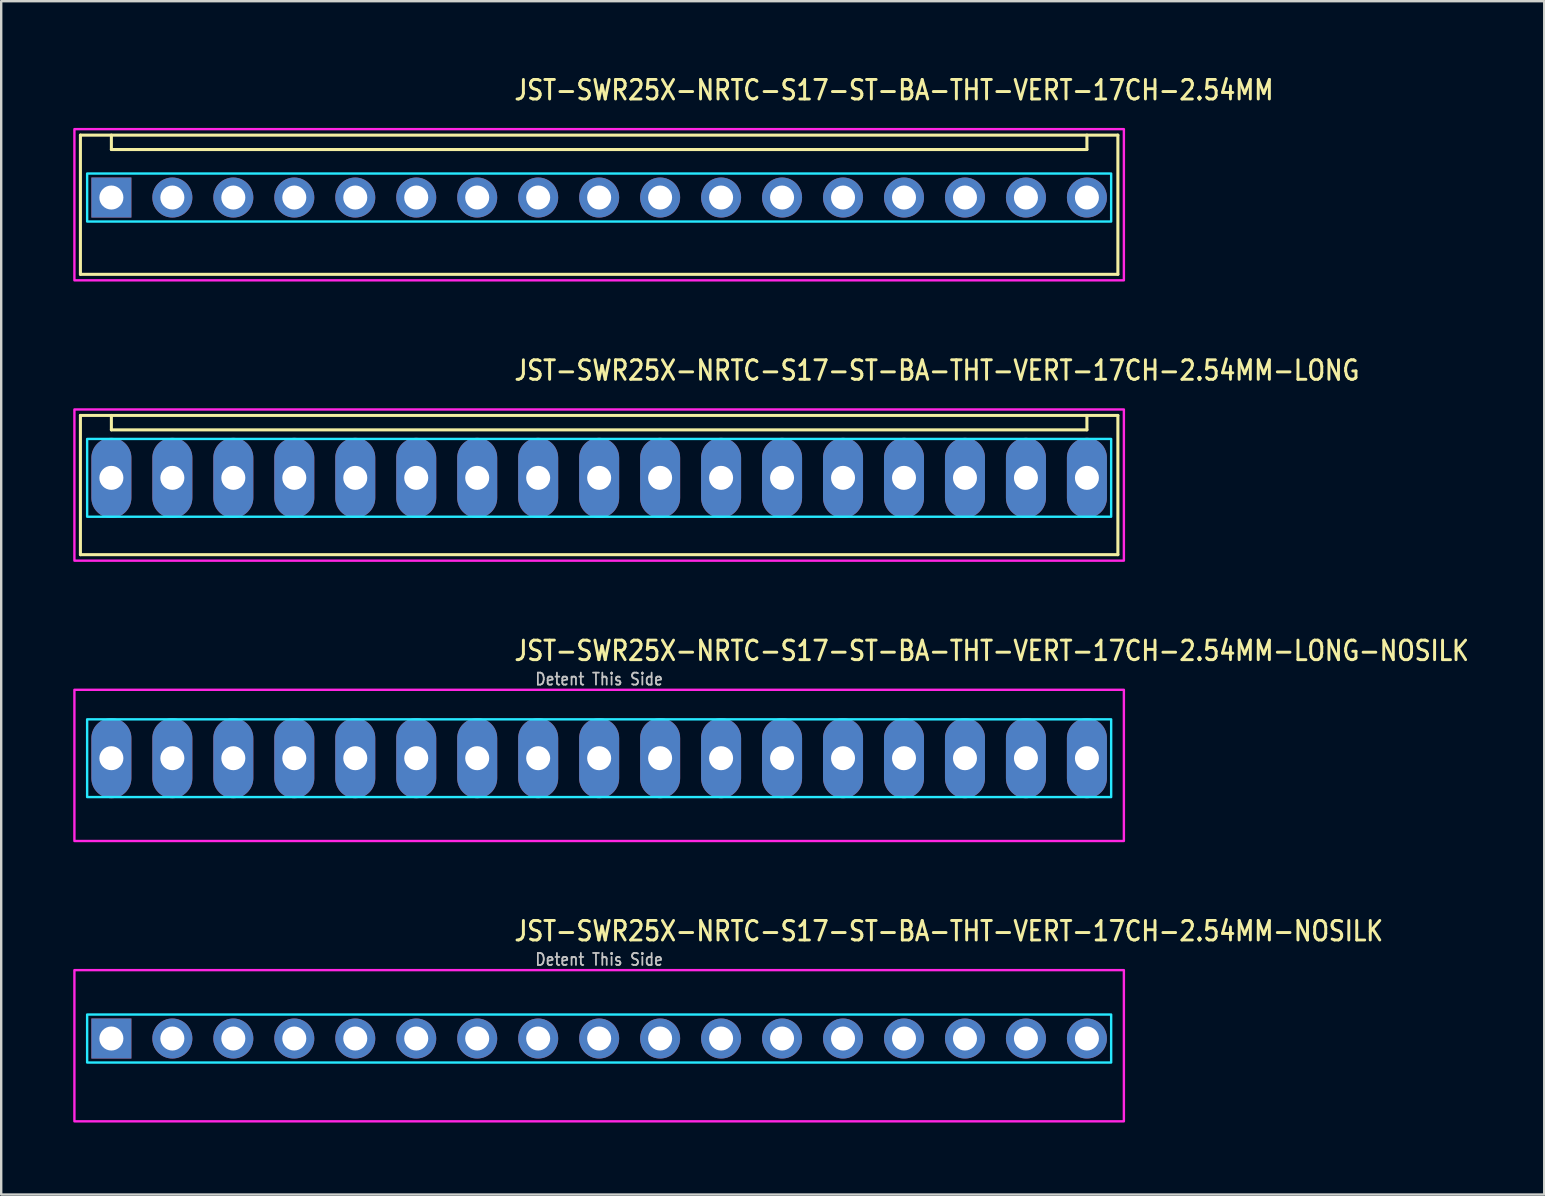
<source format=kicad_pcb>
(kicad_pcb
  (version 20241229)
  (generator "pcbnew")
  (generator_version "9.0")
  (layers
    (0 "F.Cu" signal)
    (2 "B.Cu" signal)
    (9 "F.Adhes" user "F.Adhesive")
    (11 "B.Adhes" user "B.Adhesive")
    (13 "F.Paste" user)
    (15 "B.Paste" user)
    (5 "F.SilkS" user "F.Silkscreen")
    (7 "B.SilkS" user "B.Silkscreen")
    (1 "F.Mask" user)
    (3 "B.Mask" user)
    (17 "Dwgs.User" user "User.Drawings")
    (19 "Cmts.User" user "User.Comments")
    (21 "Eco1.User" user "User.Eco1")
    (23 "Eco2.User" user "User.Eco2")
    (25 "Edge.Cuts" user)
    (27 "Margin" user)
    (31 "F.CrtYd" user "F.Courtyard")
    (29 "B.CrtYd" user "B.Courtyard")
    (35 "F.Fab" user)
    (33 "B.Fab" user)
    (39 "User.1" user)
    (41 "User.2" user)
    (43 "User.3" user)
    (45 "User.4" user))
  (footprint "JST-SWR25X-NRTC-S17-ST-BA-THT-VERT-17CH-2.54MM-LONG-NOSILK"
    (layer "F.Cu")
    (at 21.91 28.536)
    (property "Reference" "JST-SWR25X-NRTC-S17-ST-BA-THT-VERT-17CH-2.54MM-LONG-NOSILK" (at -3.6 -4 0) (unlocked yes) (layer "F.SilkS") (effects (font (size 0.813 0.695) (thickness 0.122)) (justify left bottom)))
    (fp_poly (pts (xy -21.33 -1.62) (xy -21.33 1.62) (xy 21.33 1.62) (xy 21.33 -1.62)) (stroke (width 0.1) (type solid)) (fill no) (layer "B.CrtYd"))
    (fp_poly (pts (xy -21.86 -2.85) (xy -21.86 3.45) (xy 21.86 3.45) (xy 21.86 -2.85)) (stroke (width 0.1) (type solid)) (fill no) (layer "F.CrtYd"))
    (fp_text user "Detent This Side" (at 0 -3 0) (unlocked yes) (layer "Dwgs.User") (effects (font (size 0.5 0.427) (thickness 0.075)) (justify bottom)))
    (pad "1" thru_hole oval (at -20.32 0 90) (size 3.333 1.667) (drill 1) (layers "*.Cu" "*.Mask"))
    (pad "2" thru_hole oval (at -17.78 0 90) (size 3.333 1.667) (drill 1) (layers "*.Cu" "*.Mask"))
    (pad "3" thru_hole oval (at -15.24 0 90) (size 3.333 1.667) (drill 1) (layers "*.Cu" "*.Mask"))
    (pad "4" thru_hole oval (at -12.7 0 90) (size 3.333 1.667) (drill 1) (layers "*.Cu" "*.Mask"))
    (pad "5" thru_hole oval (at -10.16 0 90) (size 3.333 1.667) (drill 1) (layers "*.Cu" "*.Mask"))
    (pad "6" thru_hole oval (at -7.62 0 90) (size 3.333 1.667) (drill 1) (layers "*.Cu" "*.Mask"))
    (pad "7" thru_hole oval (at -5.08 0 90) (size 3.333 1.667) (drill 1) (layers "*.Cu" "*.Mask"))
    (pad "8" thru_hole oval (at -2.54 0 90) (size 3.333 1.667) (drill 1) (layers "*.Cu" "*.Mask"))
    (pad "9" thru_hole oval (at 0 0 90) (size 3.333 1.667) (drill 1) (layers "*.Cu" "*.Mask"))
    (pad "10" thru_hole oval (at 2.54 0 90) (size 3.333 1.667) (drill 1) (layers "*.Cu" "*.Mask"))
    (pad "11" thru_hole oval (at 5.08 0 90) (size 3.333 1.667) (drill 1) (layers "*.Cu" "*.Mask"))
    (pad "12" thru_hole oval (at 7.62 0 90) (size 3.333 1.667) (drill 1) (layers "*.Cu" "*.Mask"))
    (pad "13" thru_hole oval (at 10.16 0 90) (size 3.333 1.667) (drill 1) (layers "*.Cu" "*.Mask"))
    (pad "14" thru_hole oval (at 12.7 0 90) (size 3.333 1.667) (drill 1) (layers "*.Cu" "*.Mask"))
    (pad "15" thru_hole oval (at 15.24 0 90) (size 3.333 1.667) (drill 1) (layers "*.Cu" "*.Mask"))
    (pad "16" thru_hole oval (at 17.78 0 90) (size 3.333 1.667) (drill 1) (layers "*.Cu" "*.Mask"))
    (pad "17" thru_hole oval (at 20.32 0 90) (size 3.333 1.667) (drill 1) (layers "*.Cu" "*.Mask")))
  (footprint "JST-SWR25X-NRTC-S17-ST-BA-THT-VERT-17CH-2.54MM-LONG"
    (layer "F.Cu")
    (at 21.91 16.857)
    (property "Reference" "JST-SWR25X-NRTC-S17-ST-BA-THT-VERT-17CH-2.54MM-LONG" (at -3.6 -4 0) (unlocked yes) (layer "F.SilkS") (effects (font (size 0.813 0.695) (thickness 0.122)) (justify left bottom)))
    (fp_line (start -21.61 -2.6) (end 21.61 -2.6) (stroke (width 0.127) (type solid)) (layer "F.SilkS"))
    (fp_line (start -21.61 3.2) (end -21.61 -2.6) (stroke (width 0.127) (type solid)) (layer "F.SilkS"))
    (fp_line (start -21.61 3.2) (end 21.61 3.2) (stroke (width 0.127) (type solid)) (layer "F.SilkS"))
    (fp_line (start -20.32 -2.6) (end -20.32 -2) (stroke (width 0.127) (type solid)) (layer "F.SilkS"))
    (fp_line (start -20.32 -2) (end 20.32 -2) (stroke (width 0.127) (type solid)) (layer "F.SilkS"))
    (fp_line (start 20.32 -2.6) (end 20.32 -2) (stroke (width 0.127) (type solid)) (layer "F.SilkS"))
    (fp_line (start 21.61 -2.6) (end 21.61 3.2) (stroke (width 0.127) (type solid)) (layer "F.SilkS"))
    (fp_poly (pts (xy -21.33 -1.62) (xy -21.33 1.62) (xy 21.33 1.62) (xy 21.33 -1.62)) (stroke (width 0.1) (type solid)) (fill no) (layer "B.CrtYd"))
    (fp_poly (pts (xy -21.86 -2.85) (xy -21.86 3.45) (xy 21.86 3.45) (xy 21.86 -2.85)) (stroke (width 0.1) (type solid)) (fill no) (layer "F.CrtYd"))
    (pad "1" thru_hole oval (at -20.32 0 90) (size 3.333 1.667) (drill 1) (layers "*.Cu" "*.Mask"))
    (pad "2" thru_hole oval (at -17.78 0 90) (size 3.333 1.667) (drill 1) (layers "*.Cu" "*.Mask"))
    (pad "3" thru_hole oval (at -15.24 0 90) (size 3.333 1.667) (drill 1) (layers "*.Cu" "*.Mask"))
    (pad "4" thru_hole oval (at -12.7 0 90) (size 3.333 1.667) (drill 1) (layers "*.Cu" "*.Mask"))
    (pad "5" thru_hole oval (at -10.16 0 90) (size 3.333 1.667) (drill 1) (layers "*.Cu" "*.Mask"))
    (pad "6" thru_hole oval (at -7.62 0 90) (size 3.333 1.667) (drill 1) (layers "*.Cu" "*.Mask"))
    (pad "7" thru_hole oval (at -5.08 0 90) (size 3.333 1.667) (drill 1) (layers "*.Cu" "*.Mask"))
    (pad "8" thru_hole oval (at -2.54 0 90) (size 3.333 1.667) (drill 1) (layers "*.Cu" "*.Mask"))
    (pad "9" thru_hole oval (at 0 0 90) (size 3.333 1.667) (drill 1) (layers "*.Cu" "*.Mask"))
    (pad "10" thru_hole oval (at 2.54 0 90) (size 3.333 1.667) (drill 1) (layers "*.Cu" "*.Mask"))
    (pad "11" thru_hole oval (at 5.08 0 90) (size 3.333 1.667) (drill 1) (layers "*.Cu" "*.Mask"))
    (pad "12" thru_hole oval (at 7.62 0 90) (size 3.333 1.667) (drill 1) (layers "*.Cu" "*.Mask"))
    (pad "13" thru_hole oval (at 10.16 0 90) (size 3.333 1.667) (drill 1) (layers "*.Cu" "*.Mask"))
    (pad "14" thru_hole oval (at 12.7 0 90) (size 3.333 1.667) (drill 1) (layers "*.Cu" "*.Mask"))
    (pad "15" thru_hole oval (at 15.24 0 90) (size 3.333 1.667) (drill 1) (layers "*.Cu" "*.Mask"))
    (pad "16" thru_hole oval (at 17.78 0 90) (size 3.333 1.667) (drill 1) (layers "*.Cu" "*.Mask"))
    (pad "17" thru_hole oval (at 20.32 0 90) (size 3.333 1.667) (drill 1) (layers "*.Cu" "*.Mask")))
  (footprint "JST-SWR25X-NRTC-S17-ST-BA-THT-VERT-17CH-2.54MM-NOSILK"
    (layer "F.Cu")
    (at 21.91 40.214)
    (property "Reference" "JST-SWR25X-NRTC-S17-ST-BA-THT-VERT-17CH-2.54MM-NOSILK" (at -3.6 -4 0) (unlocked yes) (layer "F.SilkS") (effects (font (size 0.813 0.695) (thickness 0.122)) (justify left bottom)))
    (fp_poly (pts (xy -21.33 -1) (xy -21.33 1) (xy 21.33 1) (xy 21.33 -1)) (stroke (width 0.1) (type solid)) (fill no) (layer "B.CrtYd"))
    (fp_poly (pts (xy -21.86 -2.85) (xy -21.86 3.45) (xy 21.86 3.45) (xy 21.86 -2.85)) (stroke (width 0.1) (type solid)) (fill no) (layer "F.CrtYd"))
    (fp_text user "Detent This Side" (at 0 -3 0) (unlocked yes) (layer "Dwgs.User") (effects (font (size 0.5 0.427) (thickness 0.075)) (justify bottom)))
    (pad "1" thru_hole rect (at -20.32 0) (size 1.667 1.667) (drill 1) (layers "*.Cu" "*.Mask"))
    (pad "2" thru_hole oval (at -17.78 0) (size 1.667 1.667) (drill 1) (layers "*.Cu" "*.Mask"))
    (pad "3" thru_hole oval (at -15.24 0) (size 1.667 1.667) (drill 1) (layers "*.Cu" "*.Mask"))
    (pad "4" thru_hole oval (at -12.7 0) (size 1.667 1.667) (drill 1) (layers "*.Cu" "*.Mask"))
    (pad "5" thru_hole oval (at -10.16 0) (size 1.667 1.667) (drill 1) (layers "*.Cu" "*.Mask"))
    (pad "6" thru_hole oval (at -7.62 0) (size 1.667 1.667) (drill 1) (layers "*.Cu" "*.Mask"))
    (pad "7" thru_hole oval (at -5.08 0) (size 1.667 1.667) (drill 1) (layers "*.Cu" "*.Mask"))
    (pad "8" thru_hole oval (at -2.54 0) (size 1.667 1.667) (drill 1) (layers "*.Cu" "*.Mask"))
    (pad "9" thru_hole oval (at 0 0) (size 1.667 1.667) (drill 1) (layers "*.Cu" "*.Mask"))
    (pad "10" thru_hole oval (at 2.54 0) (size 1.667 1.667) (drill 1) (layers "*.Cu" "*.Mask"))
    (pad "11" thru_hole oval (at 5.08 0) (size 1.667 1.667) (drill 1) (layers "*.Cu" "*.Mask"))
    (pad "12" thru_hole oval (at 7.62 0) (size 1.667 1.667) (drill 1) (layers "*.Cu" "*.Mask"))
    (pad "13" thru_hole oval (at 10.16 0) (size 1.667 1.667) (drill 1) (layers "*.Cu" "*.Mask"))
    (pad "14" thru_hole oval (at 12.7 0) (size 1.667 1.667) (drill 1) (layers "*.Cu" "*.Mask"))
    (pad "15" thru_hole oval (at 15.24 0) (size 1.667 1.667) (drill 1) (layers "*.Cu" "*.Mask"))
    (pad "16" thru_hole oval (at 17.78 0) (size 1.667 1.667) (drill 1) (layers "*.Cu" "*.Mask"))
    (pad "17" thru_hole oval (at 20.32 0) (size 1.667 1.667) (drill 1) (layers "*.Cu" "*.Mask")))
  (footprint "JST-SWR25X-NRTC-S17-ST-BA-THT-VERT-17CH-2.54MM"
    (layer "F.Cu")
    (at 21.91 5.179)
    (property "Reference" "JST-SWR25X-NRTC-S17-ST-BA-THT-VERT-17CH-2.54MM" (at -3.6 -4 0) (unlocked yes) (layer "F.SilkS") (effects (font (size 0.813 0.695) (thickness 0.122)) (justify left bottom)))
    (fp_line (start -21.61 -2.6) (end 21.61 -2.6) (stroke (width 0.127) (type solid)) (layer "F.SilkS"))
    (fp_line (start -21.61 3.2) (end -21.61 -2.6) (stroke (width 0.127) (type solid)) (layer "F.SilkS"))
    (fp_line (start -21.61 3.2) (end 21.61 3.2) (stroke (width 0.127) (type solid)) (layer "F.SilkS"))
    (fp_line (start -20.32 -2.6) (end -20.32 -2) (stroke (width 0.127) (type solid)) (layer "F.SilkS"))
    (fp_line (start -20.32 -2) (end 20.32 -2) (stroke (width 0.127) (type solid)) (layer "F.SilkS"))
    (fp_line (start 20.32 -2.6) (end 20.32 -2) (stroke (width 0.127) (type solid)) (layer "F.SilkS"))
    (fp_line (start 21.61 -2.6) (end 21.61 3.2) (stroke (width 0.127) (type solid)) (layer "F.SilkS"))
    (fp_poly (pts (xy -21.33 -1) (xy -21.33 1) (xy 21.33 1) (xy 21.33 -1)) (stroke (width 0.1) (type solid)) (fill no) (layer "B.CrtYd"))
    (fp_poly (pts (xy -21.86 -2.85) (xy -21.86 3.45) (xy 21.86 3.45) (xy 21.86 -2.85)) (stroke (width 0.1) (type solid)) (fill no) (layer "F.CrtYd"))
    (pad "1" thru_hole rect (at -20.32 0) (size 1.667 1.667) (drill 1) (layers "*.Cu" "*.Mask"))
    (pad "2" thru_hole oval (at -17.78 0) (size 1.667 1.667) (drill 1) (layers "*.Cu" "*.Mask"))
    (pad "3" thru_hole oval (at -15.24 0) (size 1.667 1.667) (drill 1) (layers "*.Cu" "*.Mask"))
    (pad "4" thru_hole oval (at -12.7 0) (size 1.667 1.667) (drill 1) (layers "*.Cu" "*.Mask"))
    (pad "5" thru_hole oval (at -10.16 0) (size 1.667 1.667) (drill 1) (layers "*.Cu" "*.Mask"))
    (pad "6" thru_hole oval (at -7.62 0) (size 1.667 1.667) (drill 1) (layers "*.Cu" "*.Mask"))
    (pad "7" thru_hole oval (at -5.08 0) (size 1.667 1.667) (drill 1) (layers "*.Cu" "*.Mask"))
    (pad "8" thru_hole oval (at -2.54 0) (size 1.667 1.667) (drill 1) (layers "*.Cu" "*.Mask"))
    (pad "9" thru_hole oval (at 0 0) (size 1.667 1.667) (drill 1) (layers "*.Cu" "*.Mask"))
    (pad "10" thru_hole oval (at 2.54 0) (size 1.667 1.667) (drill 1) (layers "*.Cu" "*.Mask"))
    (pad "11" thru_hole oval (at 5.08 0) (size 1.667 1.667) (drill 1) (layers "*.Cu" "*.Mask"))
    (pad "12" thru_hole oval (at 7.62 0) (size 1.667 1.667) (drill 1) (layers "*.Cu" "*.Mask"))
    (pad "13" thru_hole oval (at 10.16 0) (size 1.667 1.667) (drill 1) (layers "*.Cu" "*.Mask"))
    (pad "14" thru_hole oval (at 12.7 0) (size 1.667 1.667) (drill 1) (layers "*.Cu" "*.Mask"))
    (pad "15" thru_hole oval (at 15.24 0) (size 1.667 1.667) (drill 1) (layers "*.Cu" "*.Mask"))
    (pad "16" thru_hole oval (at 17.78 0) (size 1.667 1.667) (drill 1) (layers "*.Cu" "*.Mask"))
    (pad "17" thru_hole oval (at 20.32 0) (size 1.667 1.667) (drill 1) (layers "*.Cu" "*.Mask")))
  (gr_rect
    (start -3 -3)
    (end 61.281 46.714)
    (stroke (width 0.1) (type default))
    (fill no)
    (layer "Edge.Cuts")))
</source>
